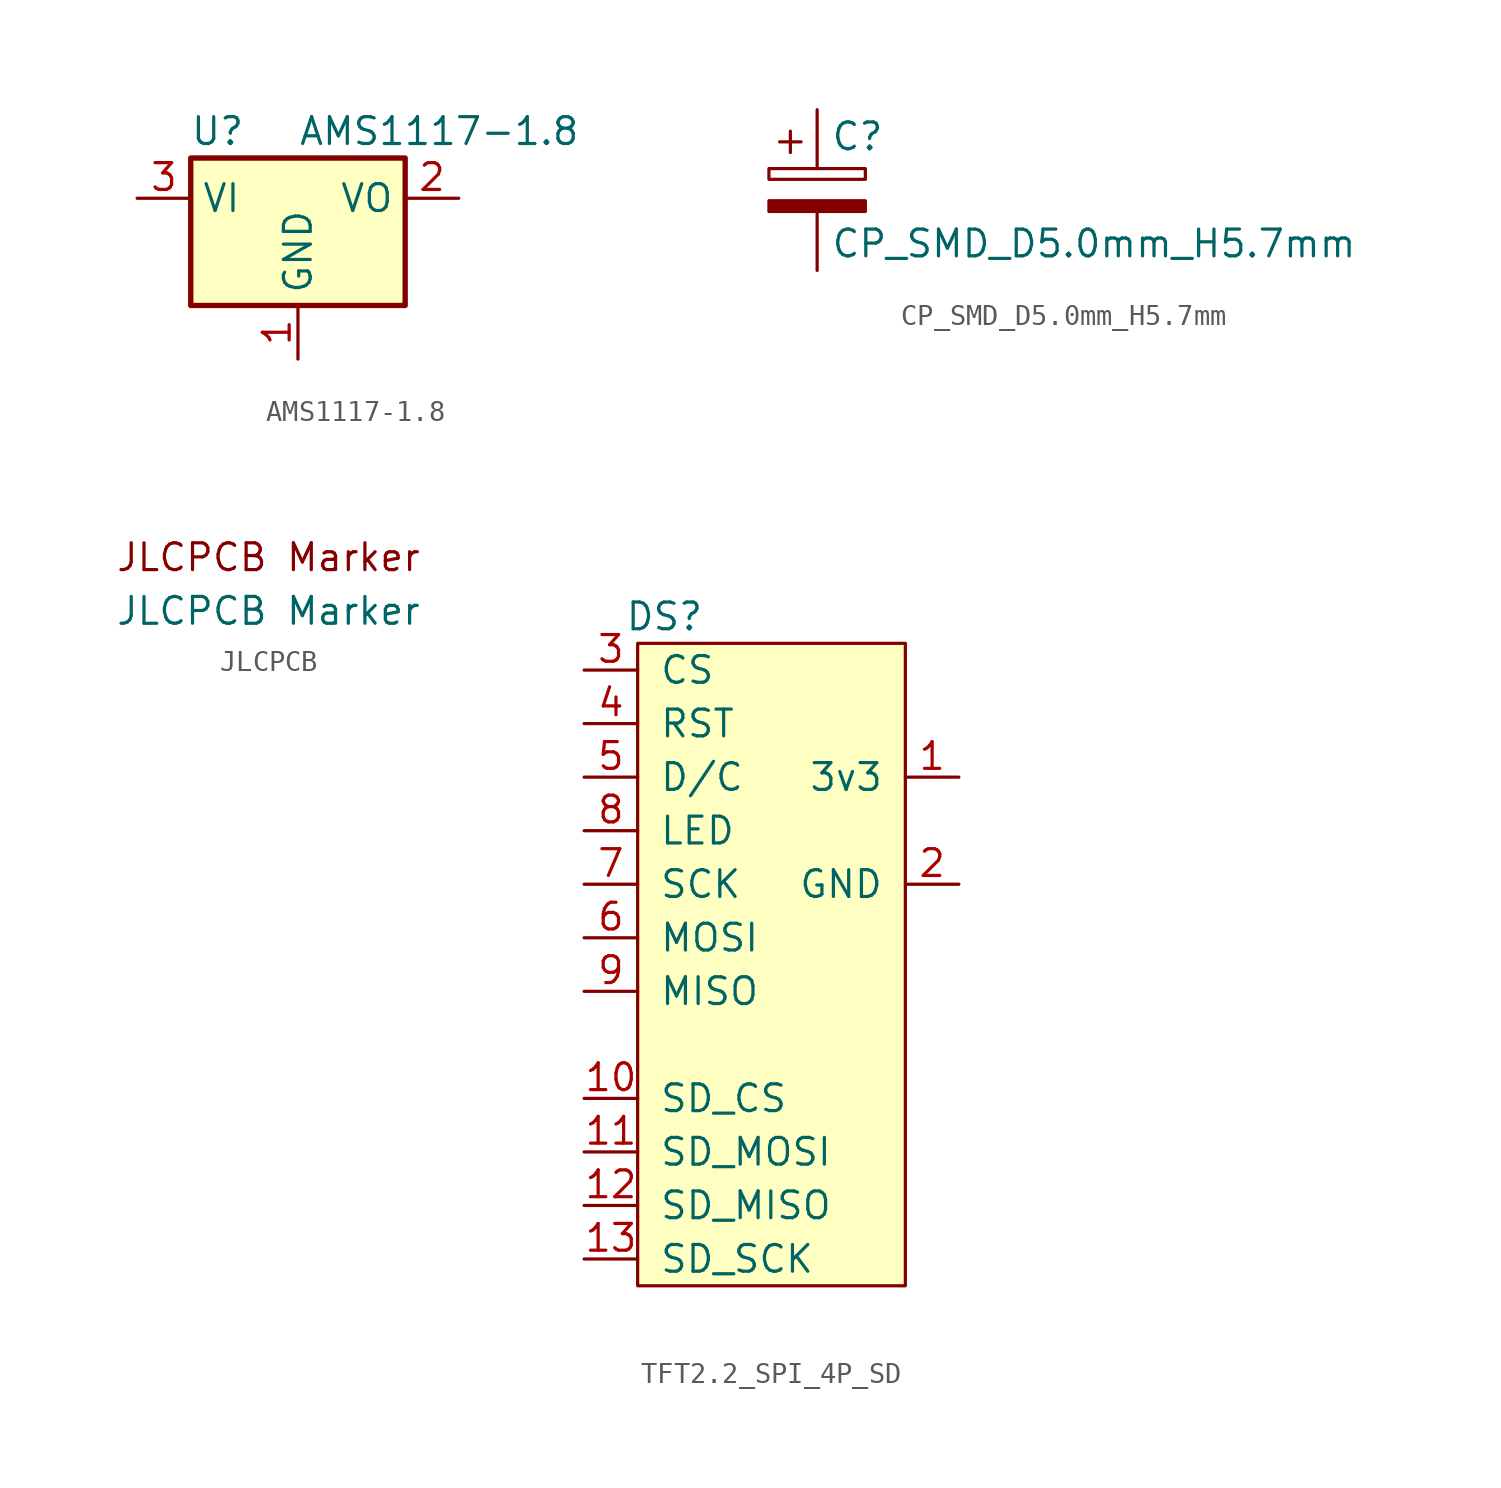
<source format=kicad_sym>
(kicad_symbol_lib
  (version 20231120)
  (generator "kicad_symbol_editor")
  (generator_version "8.0")
  (symbol "AMS1117-1.8"
    (property "Reference" "U"
      (at -3.81 3.175 0)
      (effects (font (size 1.27 1.27))))
    (property "Value" "AMS1117-1.8"
      (at 0 3.175 0)
      (effects (font (size 1.27 1.27)) (justify left)))
    (symbol "AMS1117-1.8_0_1"
      (rectangle (start -5.08 -5.08) (end 5.08 1.905) (stroke (width 0.254) (type default)) (fill (type background))))
    (symbol "AMS1117-1.8_1_1"
      (pin power_in line (at 0 -7.62 90) (length 2.54) (name "GND" (effects (font (size 1.27 1.27)))) (number "1" (effects (font (size 1.27 1.27)))))
      (pin power_out line (at 7.62 0 180) (length 2.54) (name "VO" (effects (font (size 1.27 1.27)))) (number "2" (effects (font (size 1.27 1.27)))))
      (pin power_in line (at -7.62 0 0) (length 2.54) (name "VI" (effects (font (size 1.27 1.27)))) (number "3" (effects (font (size 1.27 1.27)))))))
  (symbol "CP_SMD_D5.0mm_H5.7mm"
    (pin_numbers hide)
    (pin_names
      (offset 0.254))
    (property "Reference" "C"
      (at 0.635 2.54 0)
      (effects (font (size 1.27 1.27)) (justify left)))
    (property "Value" "CP_SMD_D5.0mm_H5.7mm"
      (at 0.635 -2.54 0)
      (effects (font (size 1.27 1.27)) (justify left)))
    (symbol "CP_SMD_D5.0mm_H5.7mm_0_1"
      (rectangle (start -2.286 0.508) (end 2.286 1.016) (stroke (width 0) (type default)) (fill (type none)))
      (polyline (pts (xy -1.778 2.286) (xy -0.762 2.286)) (stroke (width 0) (type default)) (fill (type none)))
      (polyline (pts (xy -1.27 2.794) (xy -1.27 1.778)) (stroke (width 0) (type default)) (fill (type none)))
      (rectangle (start 2.286 -0.508) (end -2.286 -1.016) (stroke (width 0) (type default)) (fill (type outline))))
    (symbol "CP_SMD_D5.0mm_H5.7mm_1_1"
      (pin passive line (at 0 3.81 270) (length 2.794) (name "~" (effects (font (size 1.27 1.27)))) (number "1" (effects (font (size 1.27 1.27)))))
      (pin passive line (at 0 -3.81 90) (length 2.794) (name "~" (effects (font (size 1.27 1.27)))) (number "2" (effects (font (size 1.27 1.27)))))))
  (symbol "JLCPCB"
    (pin_numbers hide)
    (pin_names
      (offset 0) hide)
    (property "Reference" "U"
      (at 0 0 0)
      (effects (font (size 1.27 1.27)) (hide yes)))
    (property "Value" "JLCPCB Marker"
      (at 0 0 0)
      (effects (font (size 1.27 1.27))))
    (symbol "JLCPCB_1_1"
      (text "JLCPCB Marker" (at 0 2.54 0) (effects (font (size 1.27 1.27))))))
  (symbol "TFT2.2_SPI_4P_SD"
    (pin_names
      (offset 1.016))
    (property "Reference" "DS"
      (at -5.08 10.16 0)
      (effects (font (size 1.27 1.27))))
    (symbol "TFT2.2_SPI_4P_SD_1_1"
      (rectangle (start -6.35 8.89) (end 6.35 -21.59) (stroke (width 0) (type solid)) (fill (type background)))
      (pin power_in line (at 8.89 2.54 180) (length 2.54) (name "3v3" (effects (font (size 1.27 1.27)))) (number "1" (effects (font (size 1.27 1.27)))))
      (pin input line (at -8.89 -12.7 0) (length 2.54) (name "SD_CS" (effects (font (size 1.27 1.27)))) (number "10" (effects (font (size 1.27 1.27)))))
      (pin input line (at -8.89 -15.24 0) (length 2.54) (name "SD_MOSI" (effects (font (size 1.27 1.27)))) (number "11" (effects (font (size 1.27 1.27)))))
      (pin input line (at -8.89 -17.78 0) (length 2.54) (name "SD_MISO" (effects (font (size 1.27 1.27)))) (number "12" (effects (font (size 1.27 1.27)))))
      (pin input line (at -8.89 -20.32 0) (length 2.54) (name "SD_SCK" (effects (font (size 1.27 1.27)))) (number "13" (effects (font (size 1.27 1.27)))))
      (pin power_in line (at 8.89 -2.54 180) (length 2.54) (name "GND" (effects (font (size 1.27 1.27)))) (number "2" (effects (font (size 1.27 1.27)))))
      (pin input line (at -8.89 7.62 0) (length 2.54) (name "CS" (effects (font (size 1.27 1.27)))) (number "3" (effects (font (size 1.27 1.27)))))
      (pin input line (at -8.89 5.08 0) (length 2.54) (name "RST" (effects (font (size 1.27 1.27)))) (number "4" (effects (font (size 1.27 1.27)))))
      (pin input line (at -8.89 2.54 0) (length 2.54) (name "D/C" (effects (font (size 1.27 1.27)))) (number "5" (effects (font (size 1.27 1.27)))))
      (pin input line (at -8.89 -5.08 0) (length 2.54) (name "MOSI" (effects (font (size 1.27 1.27)))) (number "6" (effects (font (size 1.27 1.27)))))
      (pin input line (at -8.89 -2.54 0) (length 2.54) (name "SCK" (effects (font (size 1.27 1.27)))) (number "7" (effects (font (size 1.27 1.27)))))
      (pin input line (at -8.89 0 0) (length 2.54) (name "LED" (effects (font (size 1.27 1.27)))) (number "8" (effects (font (size 1.27 1.27)))))
      (pin output line (at -8.89 -7.62 0) (length 2.54) (name "MISO" (effects (font (size 1.27 1.27)))) (number "9" (effects (font (size 1.27 1.27))))))))
</source>
